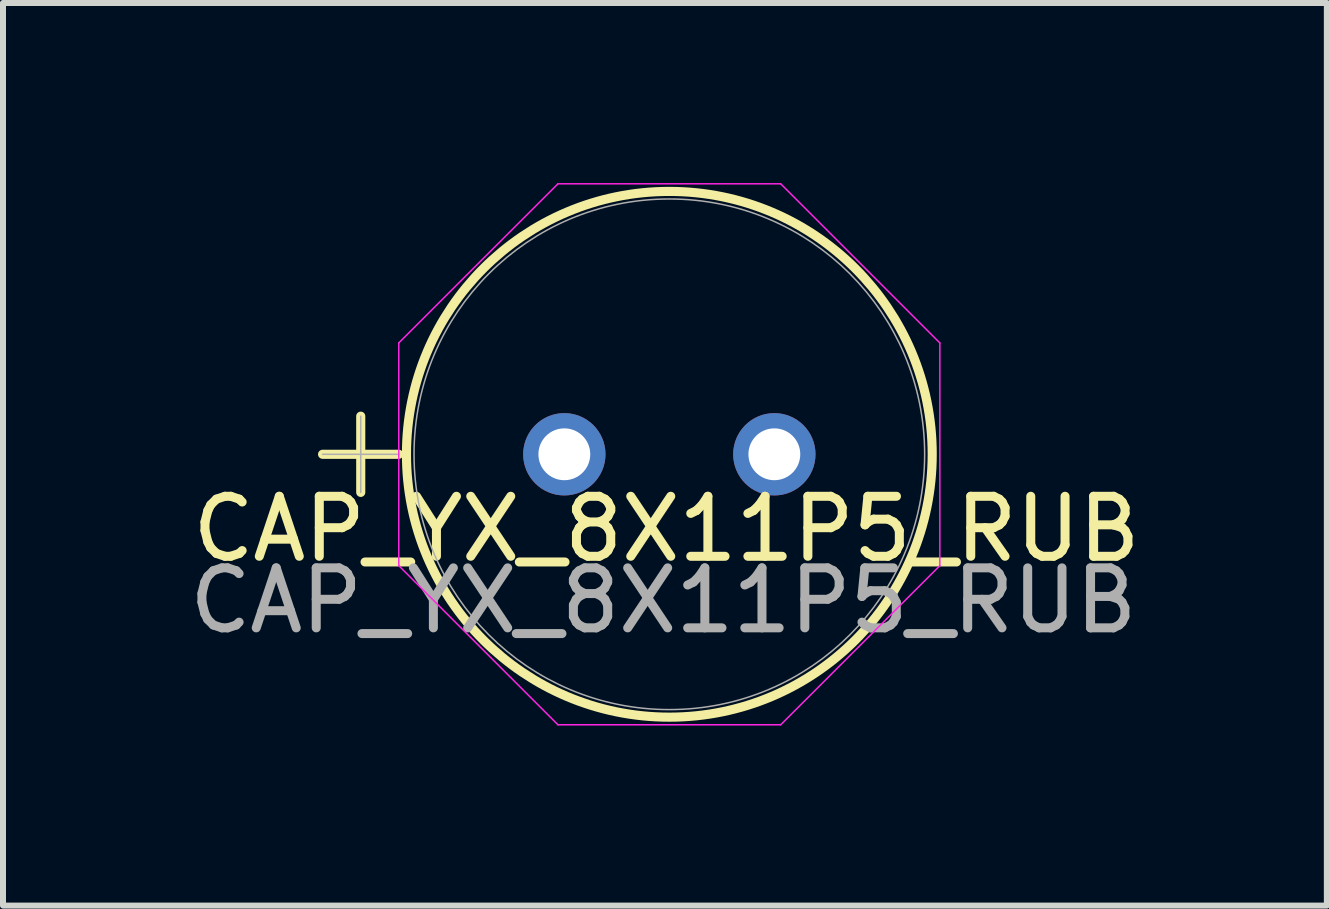
<source format=kicad_pcb>
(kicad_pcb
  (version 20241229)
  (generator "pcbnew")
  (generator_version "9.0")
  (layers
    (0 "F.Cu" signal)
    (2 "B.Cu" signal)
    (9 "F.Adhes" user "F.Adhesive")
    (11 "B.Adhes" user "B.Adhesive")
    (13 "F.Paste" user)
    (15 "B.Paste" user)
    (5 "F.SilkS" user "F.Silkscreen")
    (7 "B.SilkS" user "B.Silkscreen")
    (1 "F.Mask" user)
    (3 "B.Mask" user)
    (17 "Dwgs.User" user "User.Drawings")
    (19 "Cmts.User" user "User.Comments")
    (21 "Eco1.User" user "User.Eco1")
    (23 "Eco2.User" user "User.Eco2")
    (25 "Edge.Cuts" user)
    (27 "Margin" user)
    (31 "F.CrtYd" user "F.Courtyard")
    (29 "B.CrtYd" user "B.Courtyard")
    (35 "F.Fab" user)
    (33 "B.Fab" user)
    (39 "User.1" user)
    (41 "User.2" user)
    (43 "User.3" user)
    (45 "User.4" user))
  (footprint "CAP_YX_8X11P5_RUB"
    (layer "F.Cu")
    (at 6.355 4.521)
    (property "Reference" "CAP_YX_8X11P5_RUB" (at 1.702 1.245 0) (unlocked yes) (layer "F.SilkS") (effects (font (size 1 1) (thickness 0.15))))
    (attr through_hole)
    (fp_line (start -4.029 0) (end -2.759 0) (stroke (width 0.152) (type solid)) (layer "F.SilkS"))
    (fp_line (start -3.393 -0.635) (end -3.393 0.635) (stroke (width 0.152) (type solid)) (layer "F.SilkS"))
    (fp_circle (center 1.75 0) (end 6.131 0) (stroke (width 0.152) (type solid)) (fill no) (layer "F.SilkS"))
    (fp_line (start -2.759 -1.856) (end -0.106 -4.508) (stroke (width 0.025) (type solid)) (layer "F.CrtYd"))
    (fp_line (start -2.759 1.856) (end -2.759 -1.856) (stroke (width 0.025) (type solid)) (layer "F.CrtYd"))
    (fp_line (start -0.106 -4.508) (end 3.606 -4.508) (stroke (width 0.025) (type solid)) (layer "F.CrtYd"))
    (fp_line (start -0.106 4.508) (end -2.759 1.856) (stroke (width 0.025) (type solid)) (layer "F.CrtYd"))
    (fp_line (start 3.606 -4.508) (end 6.258 -1.856) (stroke (width 0.025) (type solid)) (layer "F.CrtYd"))
    (fp_line (start 3.606 4.508) (end -0.106 4.508) (stroke (width 0.025) (type solid)) (layer "F.CrtYd"))
    (fp_line (start 6.258 -1.856) (end 6.258 1.856) (stroke (width 0.025) (type solid)) (layer "F.CrtYd"))
    (fp_line (start 6.258 1.856) (end 3.606 4.508) (stroke (width 0.025) (type solid)) (layer "F.CrtYd"))
    (fp_line (start -4.029 0) (end -2.759 0) (stroke (width 0.025) (type solid)) (layer "F.Fab"))
    (fp_line (start -3.393 -0.635) (end -3.393 0.635) (stroke (width 0.025) (type solid)) (layer "F.Fab"))
    (fp_circle (center 1.75 0) (end 6.005 0) (stroke (width 0.025) (type solid)) (fill no) (layer "F.Fab"))
    (fp_text user "${REFERENCE}" (at 1.651 2.438 0) (unlocked yes) (layer "F.Fab") (effects (font (size 1 1) (thickness 0.15))))
    (pad "1" thru_hole circle (at 0 0) (size 1.372 1.372) (drill 0.864) (layers "*.Cu" "*.Mask"))
    (pad "2" thru_hole circle (at 3.5 0) (size 1.372 1.372) (drill 0.864) (layers "*.Cu" "*.Mask")))
  (gr_rect
    (start -3 -3)
    (end 19.063 12.042)
    (stroke (width 0.1) (type default))
    (fill no)
    (layer "Edge.Cuts")))
</source>
